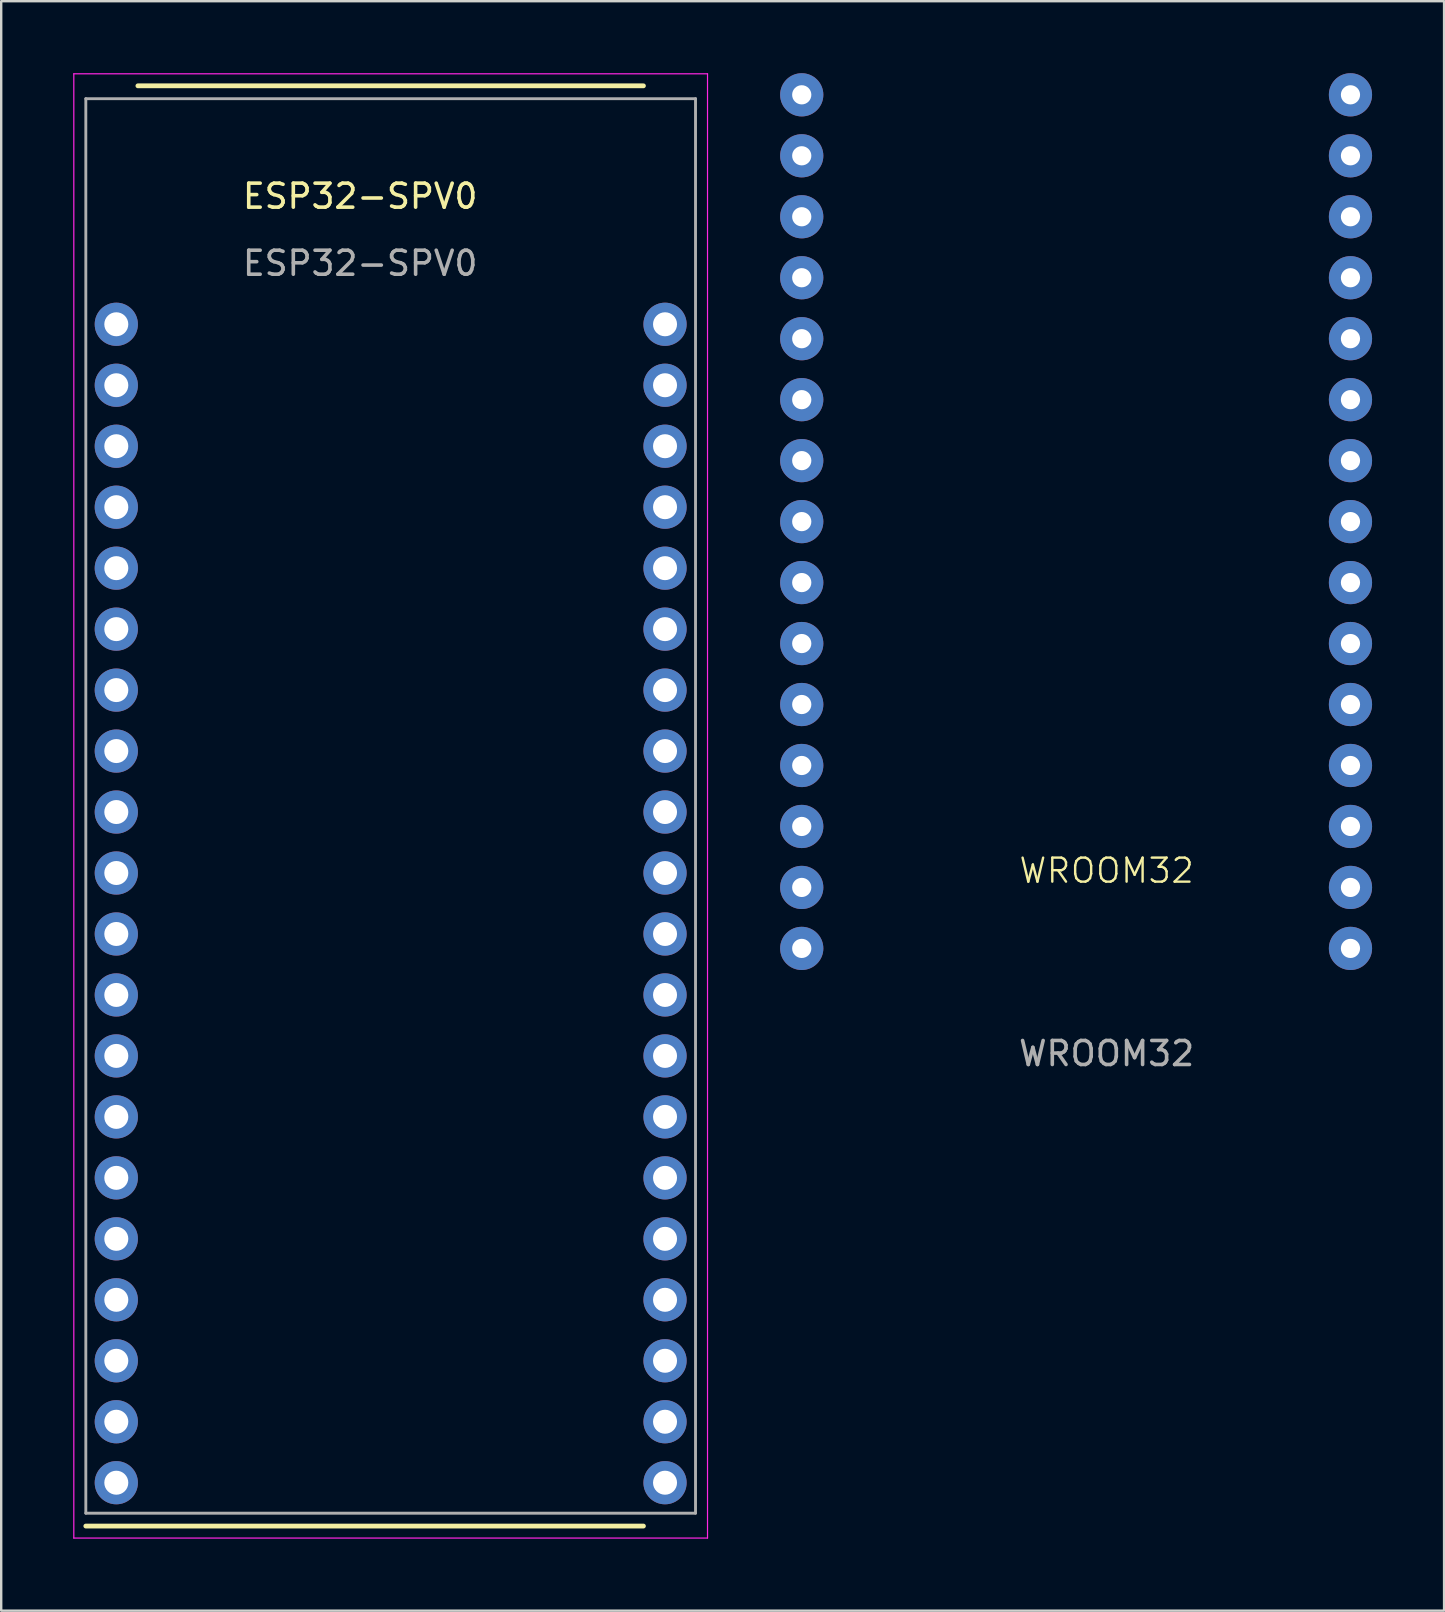
<source format=kicad_pcb>
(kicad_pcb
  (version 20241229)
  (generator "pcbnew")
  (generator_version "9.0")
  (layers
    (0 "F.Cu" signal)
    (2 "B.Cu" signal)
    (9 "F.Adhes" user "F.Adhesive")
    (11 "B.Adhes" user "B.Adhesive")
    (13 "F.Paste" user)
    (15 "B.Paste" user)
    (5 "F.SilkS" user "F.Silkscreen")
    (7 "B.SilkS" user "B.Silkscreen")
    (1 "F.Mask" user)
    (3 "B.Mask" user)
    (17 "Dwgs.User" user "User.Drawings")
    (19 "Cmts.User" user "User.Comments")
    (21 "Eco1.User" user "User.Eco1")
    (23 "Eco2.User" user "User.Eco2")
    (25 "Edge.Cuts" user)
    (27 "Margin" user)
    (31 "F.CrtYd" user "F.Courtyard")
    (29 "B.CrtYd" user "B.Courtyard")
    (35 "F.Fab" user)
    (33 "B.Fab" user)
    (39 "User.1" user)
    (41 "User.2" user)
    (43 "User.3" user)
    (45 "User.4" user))
  (footprint "WROOM32"
    (layer "F.Cu")
    (at 43.05 41.54)
    (property "Reference" "WROOM32" (at 0 -8.319 0) (unlocked yes) (layer "F.SilkS") (effects (font (size 1 1) (thickness 0.1))))
    (attr through_hole)
    (fp_text user "${REFERENCE}" (at 0 -0.699 0) (unlocked yes) (layer "F.Fab") (effects (font (size 1 1) (thickness 0.15))))
    (pad "1" thru_hole circle (at -12.7 -5.08) (size 1.8 1.8) (drill 0.8) (layers "*.Cu" "*.Mask"))
    (pad "2" thru_hole circle (at -12.7 -7.62) (size 1.8 1.8) (drill 0.8) (layers "*.Cu" "*.Mask"))
    (pad "3" thru_hole circle (at -12.7 -10.16) (size 1.8 1.8) (drill 0.8) (layers "*.Cu" "*.Mask"))
    (pad "4" thru_hole circle (at -12.7 -12.7) (size 1.8 1.8) (drill 0.8) (layers "*.Cu" "*.Mask"))
    (pad "5" thru_hole circle (at -12.7 -15.24) (size 1.8 1.8) (drill 0.8) (layers "*.Cu" "*.Mask"))
    (pad "6" thru_hole circle (at -12.7 -17.78) (size 1.8 1.8) (drill 0.8) (layers "*.Cu" "*.Mask"))
    (pad "7" thru_hole circle (at -12.7 -20.32) (size 1.8 1.8) (drill 0.8) (layers "*.Cu" "*.Mask"))
    (pad "8" thru_hole circle (at -12.7 -22.86) (size 1.8 1.8) (drill 0.8) (layers "*.Cu" "*.Mask"))
    (pad "9" thru_hole circle (at -12.7 -25.4) (size 1.8 1.8) (drill 0.8) (layers "*.Cu" "*.Mask"))
    (pad "10" thru_hole circle (at -12.7 -27.94) (size 1.8 1.8) (drill 0.8) (layers "*.Cu" "*.Mask"))
    (pad "11" thru_hole circle (at -12.7 -30.48) (size 1.8 1.8) (drill 0.8) (layers "*.Cu" "*.Mask"))
    (pad "12" thru_hole circle (at -12.7 -33.02) (size 1.8 1.8) (drill 0.8) (layers "*.Cu" "*.Mask"))
    (pad "13" thru_hole circle (at -12.7 -35.56) (size 1.8 1.8) (drill 0.8) (layers "*.Cu" "*.Mask"))
    (pad "14" thru_hole circle (at -12.7 -38.1) (size 1.8 1.8) (drill 0.8) (layers "*.Cu" "*.Mask"))
    (pad "15" thru_hole circle (at -12.7 -40.64) (size 1.8 1.8) (drill 0.8) (layers "*.Cu" "*.Mask"))
    (pad "16" thru_hole circle (at 10.16 -5.08) (size 1.8 1.8) (drill 0.8) (layers "*.Cu" "*.Mask"))
    (pad "17" thru_hole circle (at 10.16 -7.62) (size 1.8 1.8) (drill 0.8) (layers "*.Cu" "*.Mask"))
    (pad "18" thru_hole circle (at 10.16 -10.16) (size 1.8 1.8) (drill 0.8) (layers "*.Cu" "*.Mask"))
    (pad "19" thru_hole circle (at 10.16 -12.7) (size 1.8 1.8) (drill 0.8) (layers "*.Cu" "*.Mask"))
    (pad "20" thru_hole circle (at 10.16 -15.24) (size 1.8 1.8) (drill 0.8) (layers "*.Cu" "*.Mask"))
    (pad "21" thru_hole circle (at 10.16 -17.78) (size 1.8 1.8) (drill 0.8) (layers "*.Cu" "*.Mask"))
    (pad "22" thru_hole circle (at 10.16 -20.32) (size 1.8 1.8) (drill 0.8) (layers "*.Cu" "*.Mask"))
    (pad "23" thru_hole circle (at 10.16 -22.86) (size 1.8 1.8) (drill 0.8) (layers "*.Cu" "*.Mask"))
    (pad "24" thru_hole circle (at 10.16 -25.4) (size 1.8 1.8) (drill 0.8) (layers "*.Cu" "*.Mask"))
    (pad "25" thru_hole circle (at 10.16 -27.94) (size 1.8 1.8) (drill 0.8) (layers "*.Cu" "*.Mask"))
    (pad "26" thru_hole circle (at 10.16 -30.48) (size 1.8 1.8) (drill 0.8) (layers "*.Cu" "*.Mask"))
    (pad "27" thru_hole circle (at 10.16 -33.02) (size 1.8 1.8) (drill 0.8) (layers "*.Cu" "*.Mask"))
    (pad "28" thru_hole circle (at 10.16 -35.56) (size 1.8 1.8) (drill 0.8) (layers "*.Cu" "*.Mask"))
    (pad "29" thru_hole circle (at 10.16 -38.1) (size 1.8 1.8) (drill 0.8) (layers "*.Cu" "*.Mask"))
    (pad "30" thru_hole circle (at 10.16 -40.64) (size 1.8 1.8) (drill 0.8) (layers "*.Cu" "*.Mask")))
  (footprint "ESP32-SPV0"
    (layer "F.Cu")
    (at 13.225 30.525)
    (property "Reference" "ESP32-SPV0" (at -1.27 -25.4 0) (unlocked yes) (layer "F.SilkS") (effects (font (size 1 1) (thickness 0.15))))
    (attr through_hole)
    (fp_line (start 10.53 -30) (end -10.53 -30) (stroke (width 0.2) (type solid)) (layer "F.SilkS"))
    (fp_line (start 10.53 30) (end -12.7 30) (stroke (width 0.2) (type solid)) (layer "F.SilkS"))
    (fp_line (start -13.2 -30.5) (end -13.2 30.5) (stroke (width 0.05) (type solid)) (layer "F.CrtYd"))
    (fp_line (start -13.2 30.5) (end 13.2 30.5) (stroke (width 0.05) (type solid)) (layer "F.CrtYd"))
    (fp_line (start 13.2 -30.5) (end -13.2 -30.5) (stroke (width 0.05) (type solid)) (layer "F.CrtYd"))
    (fp_line (start 13.2 30.5) (end 13.2 -30.5) (stroke (width 0.05) (type solid)) (layer "F.CrtYd"))
    (fp_line (start -12.7 -29.464) (end -12.7 29.464) (stroke (width 0.12) (type solid)) (layer "F.Fab"))
    (fp_line (start -12.7 29.464) (end 12.7 29.464) (stroke (width 0.12) (type solid)) (layer "F.Fab"))
    (fp_line (start 12.7 -29.464) (end -12.7 -29.464) (stroke (width 0.12) (type solid)) (layer "F.Fab"))
    (fp_line (start 12.7 -29.464) (end 12.7 29.464) (stroke (width 0.12) (type solid)) (layer "F.Fab"))
    (fp_text user "${REFERENCE}" (at -1.27 -22.606 0) (unlocked yes) (layer "F.Fab") (effects (font (size 1 1) (thickness 0.15))))
    (pad "1" thru_hole circle (at -11.43 28.194) (size 1.8 1.8) (drill 1) (layers "*.Cu" "*.Mask"))
    (pad "2" thru_hole circle (at -11.43 25.654) (size 1.8 1.8) (drill 1) (layers "*.Cu" "*.Mask"))
    (pad "3" thru_hole circle (at -11.43 23.114) (size 1.8 1.8) (drill 1) (layers "*.Cu" "*.Mask"))
    (pad "4" thru_hole circle (at -11.43 20.574) (size 1.8 1.8) (drill 1) (layers "*.Cu" "*.Mask"))
    (pad "5" thru_hole circle (at -11.43 18.034) (size 1.8 1.8) (drill 1) (layers "*.Cu" "*.Mask"))
    (pad "6" thru_hole circle (at -11.43 15.494) (size 1.8 1.8) (drill 1) (layers "*.Cu" "*.Mask"))
    (pad "7" thru_hole circle (at -11.43 12.954) (size 1.8 1.8) (drill 1) (layers "*.Cu" "*.Mask"))
    (pad "8" thru_hole circle (at -11.43 10.414) (size 1.8 1.8) (drill 1) (layers "*.Cu" "*.Mask"))
    (pad "9" thru_hole circle (at -11.43 7.874) (size 1.8 1.8) (drill 1) (layers "*.Cu" "*.Mask"))
    (pad "10" thru_hole circle (at -11.43 5.334) (size 1.8 1.8) (drill 1) (layers "*.Cu" "*.Mask"))
    (pad "11" thru_hole circle (at -11.43 2.794) (size 1.8 1.8) (drill 1) (layers "*.Cu" "*.Mask"))
    (pad "12" thru_hole circle (at -11.43 0.254) (size 1.8 1.8) (drill 1) (layers "*.Cu" "*.Mask"))
    (pad "13" thru_hole circle (at -11.43 -2.286) (size 1.8 1.8) (drill 1) (layers "*.Cu" "*.Mask"))
    (pad "14" thru_hole circle (at -11.43 -4.826) (size 1.8 1.8) (drill 1) (layers "*.Cu" "*.Mask"))
    (pad "15" thru_hole circle (at -11.43 -7.366) (size 1.8 1.8) (drill 1) (layers "*.Cu" "*.Mask"))
    (pad "16" thru_hole circle (at -11.43 -9.906) (size 1.8 1.8) (drill 1) (layers "*.Cu" "*.Mask"))
    (pad "17" thru_hole circle (at -11.43 -12.446) (size 1.8 1.8) (drill 1) (layers "*.Cu" "*.Mask"))
    (pad "18" thru_hole circle (at -11.43 -14.986) (size 1.8 1.8) (drill 1) (layers "*.Cu" "*.Mask"))
    (pad "19" thru_hole circle (at -11.43 -17.526) (size 1.8 1.8) (drill 1) (layers "*.Cu" "*.Mask"))
    (pad "20" thru_hole circle (at -11.43 -20.066) (size 1.8 1.8) (drill 1) (layers "*.Cu" "*.Mask"))
    (pad "21" thru_hole circle (at 11.43 28.194) (size 1.8 1.8) (drill 1) (layers "*.Cu" "*.Mask"))
    (pad "22" thru_hole circle (at 11.43 25.654) (size 1.8 1.8) (drill 1) (layers "*.Cu" "*.Mask"))
    (pad "23" thru_hole circle (at 11.43 23.114) (size 1.8 1.8) (drill 1) (layers "*.Cu" "*.Mask"))
    (pad "24" thru_hole circle (at 11.43 20.574) (size 1.8 1.8) (drill 1) (layers "*.Cu" "*.Mask"))
    (pad "25" thru_hole circle (at 11.43 18.034) (size 1.8 1.8) (drill 1) (layers "*.Cu" "*.Mask"))
    (pad "26" thru_hole circle (at 11.43 15.494) (size 1.8 1.8) (drill 1) (layers "*.Cu" "*.Mask"))
    (pad "27" thru_hole circle (at 11.43 12.954) (size 1.8 1.8) (drill 1) (layers "*.Cu" "*.Mask"))
    (pad "28" thru_hole circle (at 11.43 10.414) (size 1.8 1.8) (drill 1) (layers "*.Cu" "*.Mask"))
    (pad "29" thru_hole circle (at 11.43 7.874) (size 1.8 1.8) (drill 1) (layers "*.Cu" "*.Mask"))
    (pad "30" thru_hole circle (at 11.43 5.334) (size 1.8 1.8) (drill 1) (layers "*.Cu" "*.Mask"))
    (pad "31" thru_hole circle (at 11.43 2.794) (size 1.8 1.8) (drill 1) (layers "*.Cu" "*.Mask"))
    (pad "32" thru_hole circle (at 11.43 0.254) (size 1.8 1.8) (drill 1) (layers "*.Cu" "*.Mask"))
    (pad "33" thru_hole circle (at 11.43 -2.286) (size 1.8 1.8) (drill 1) (layers "*.Cu" "*.Mask"))
    (pad "34" thru_hole circle (at 11.43 -4.826) (size 1.8 1.8) (drill 1) (layers "*.Cu" "*.Mask"))
    (pad "35" thru_hole circle (at 11.43 -7.366) (size 1.8 1.8) (drill 1) (layers "*.Cu" "*.Mask"))
    (pad "36" thru_hole circle (at 11.43 -9.906) (size 1.8 1.8) (drill 1) (layers "*.Cu" "*.Mask"))
    (pad "37" thru_hole circle (at 11.43 -12.446) (size 1.8 1.8) (drill 1) (layers "*.Cu" "*.Mask"))
    (pad "38" thru_hole circle (at 11.43 -14.986) (size 1.8 1.8) (drill 1) (layers "*.Cu" "*.Mask"))
    (pad "39" thru_hole circle (at 11.43 -17.526) (size 1.8 1.8) (drill 1) (layers "*.Cu" "*.Mask"))
    (pad "40" thru_hole circle (at 11.43 -20.066) (size 1.8 1.8) (drill 1) (layers "*.Cu" "*.Mask")))
  (gr_rect
    (start -3 -3)
    (end 57.11 64.05)
    (stroke (width 0.1) (type default))
    (fill no)
    (layer "Edge.Cuts")))
</source>
